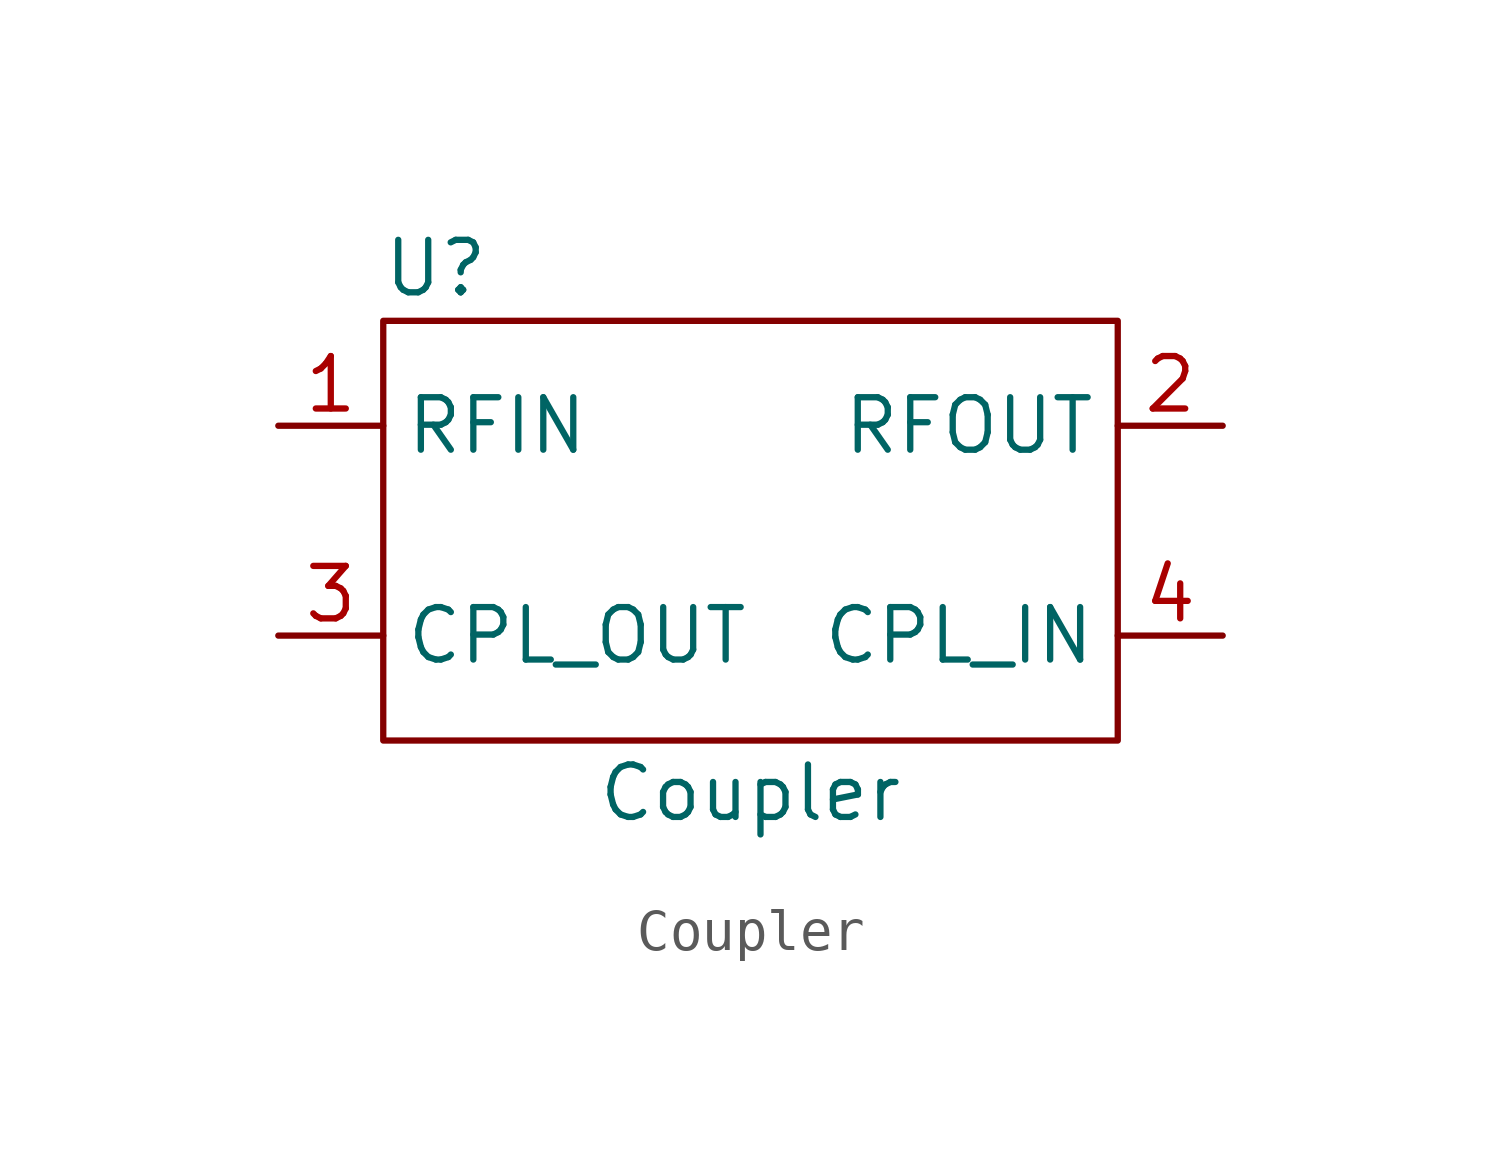
<source format=kicad_sym>
(kicad_symbol_lib
  (version 20211014)
  (generator kicad_symbol_editor)
  (symbol "Coupler"
    (property "Reference" "U"
      (at -7.62 6.35 0)
      (effects (font (size 1.27 1.27))))
    (property "Value" "Coupler"
      (at 0 -6.35 0)
      (effects (font (size 1.27 1.27))))
    (symbol "Coupler_0_1"
      (rectangle (start -8.89 5.08) (end 8.89 -5.08) (stroke (width 0) (type default) (color 0 0 0 0)) (fill (type none))))
    (symbol "Coupler_1_1"
      (pin input line (at -11.43 2.54 0) (length 2.54) (name "RFIN" (effects (font (size 1.27 1.27)))) (number "1" (effects (font (size 1.27 1.27)))))
      (pin output line (at 11.43 2.54 180) (length 2.54) (name "RFOUT" (effects (font (size 1.27 1.27)))) (number "2" (effects (font (size 1.27 1.27)))))
      (pin output line (at -11.43 -2.54 0) (length 2.54) (name "CPL_OUT" (effects (font (size 1.27 1.27)))) (number "3" (effects (font (size 1.27 1.27)))))
      (pin output line (at 11.43 -2.54 180) (length 2.54) (name "CPL_IN" (effects (font (size 1.27 1.27)))) (number "4" (effects (font (size 1.27 1.27))))))))
</source>
